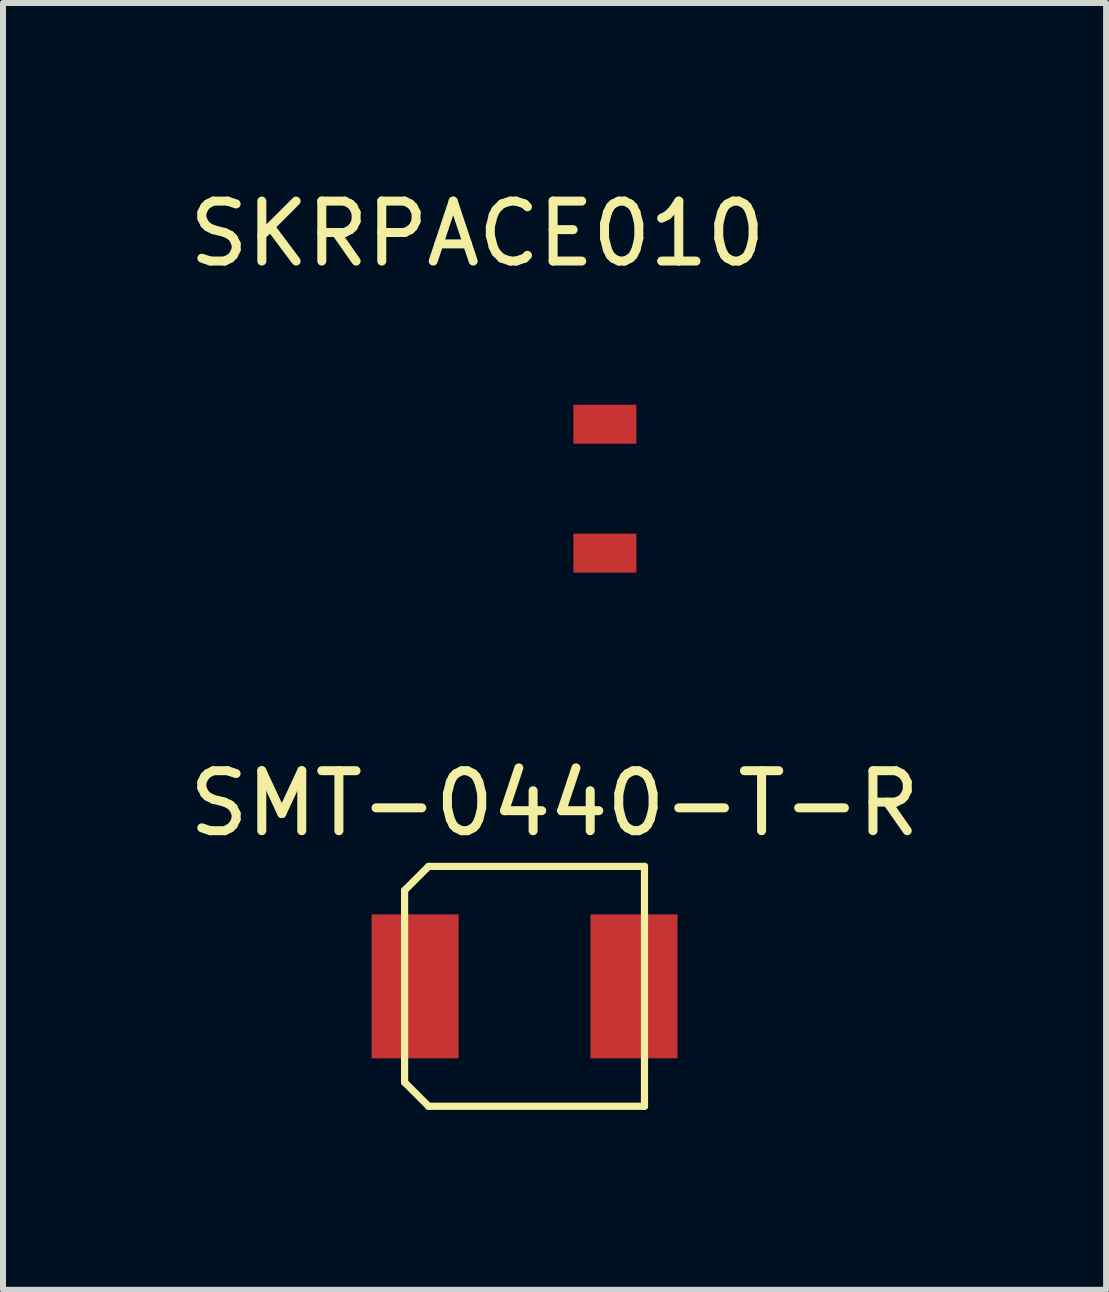
<source format=kicad_pcb>
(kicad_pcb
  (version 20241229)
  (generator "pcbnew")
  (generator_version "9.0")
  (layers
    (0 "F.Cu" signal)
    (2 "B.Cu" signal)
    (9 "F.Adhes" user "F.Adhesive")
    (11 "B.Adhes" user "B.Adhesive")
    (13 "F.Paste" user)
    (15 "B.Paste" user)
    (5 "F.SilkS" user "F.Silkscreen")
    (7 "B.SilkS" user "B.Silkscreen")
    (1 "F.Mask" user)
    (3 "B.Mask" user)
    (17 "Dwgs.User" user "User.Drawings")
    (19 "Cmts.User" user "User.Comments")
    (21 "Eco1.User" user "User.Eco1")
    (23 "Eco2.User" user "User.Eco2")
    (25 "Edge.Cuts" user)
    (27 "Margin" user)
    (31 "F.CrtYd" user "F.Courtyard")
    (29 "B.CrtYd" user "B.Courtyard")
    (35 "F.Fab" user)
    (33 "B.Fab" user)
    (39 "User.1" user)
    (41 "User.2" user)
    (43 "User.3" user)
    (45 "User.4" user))
  (footprint "SMT-0440-T-R"
    (layer "F.Cu")
    (at 5.696 13.396)
    (property "Reference" "SMT-0440-T-R" (at 0.5 -3.05 0) (layer "F.SilkS") (effects (font (size 1 1) (thickness 0.15))))
    (attr through_hole)
    (fp_line (start -2 -1.6) (end -2 1.6) (stroke (width 0.12) (type solid)) (layer "F.SilkS"))
    (fp_line (start -2 -1.6) (end -1.6 -2) (stroke (width 0.12) (type solid)) (layer "F.SilkS"))
    (fp_line (start -2 1.6) (end -1.6 2) (stroke (width 0.12) (type solid)) (layer "F.SilkS"))
    (fp_line (start 2 -2) (end -1.6 -2) (stroke (width 0.12) (type solid)) (layer "F.SilkS"))
    (fp_line (start 2 2) (end -1.6 2) (stroke (width 0.12) (type solid)) (layer "F.SilkS"))
    (fp_line (start 2 2) (end 2 -2) (stroke (width 0.12) (type solid)) (layer "F.SilkS"))
    (pad "1" smd rect (at -1.825 0) (size 1.45 2.4) (layers "F.Cu" "F.Mask" "F.Paste"))
    (pad "2" smd rect (at 1.825 0) (size 1.45 2.4) (layers "F.Cu" "F.Mask" "F.Paste")))
  (footprint "SKRPACE010"
    (layer "F.Cu")
    (at 4.961 5.098)
    (property "Reference" "SKRPACE010" (at -0.05 -4.25 0) (layer "F.SilkS") (effects (font (size 1 1) (thickness 0.15))))
    (attr through_hole)
    (pad "1" smd rect (at 2.075 -1.075) (size 1.05 0.65) (layers "F.Cu" "F.Mask" "F.Paste"))
    (pad "2" smd rect (at 2.075 1.075) (size 1.05 0.65) (layers "F.Cu" "F.Mask" "F.Paste")))
  (gr_rect
    (start -3 -3)
    (end 15.393 18.456)
    (stroke (width 0.1) (type default))
    (fill no)
    (layer "Edge.Cuts")))
</source>
